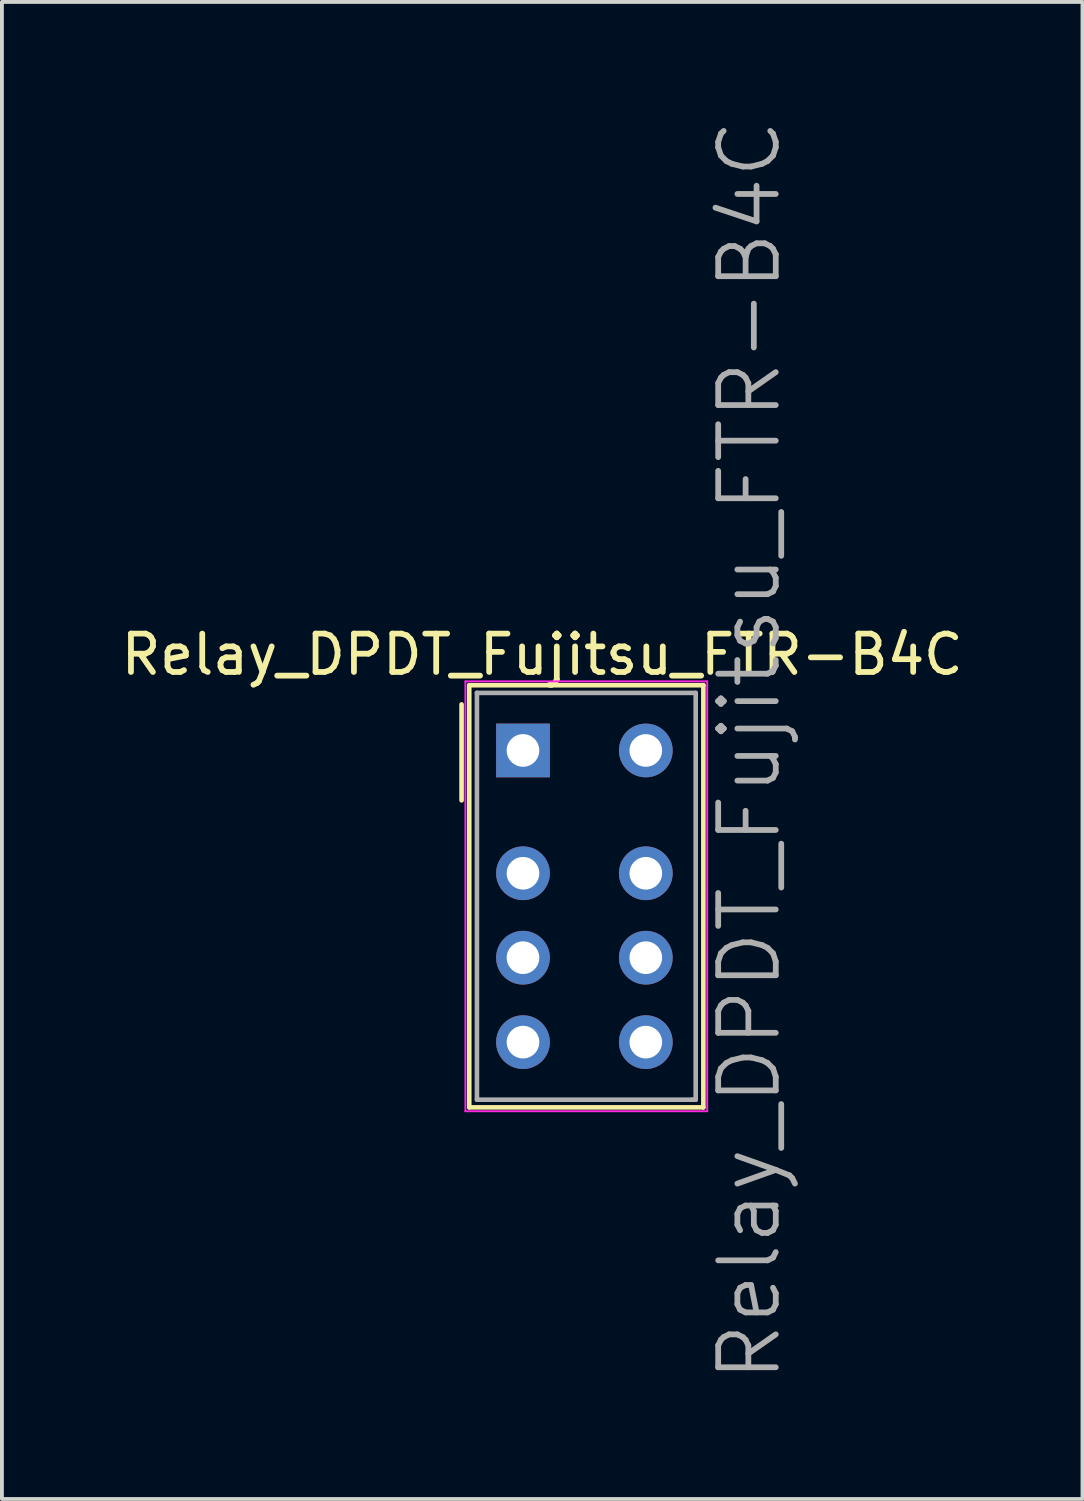
<source format=kicad_pcb>
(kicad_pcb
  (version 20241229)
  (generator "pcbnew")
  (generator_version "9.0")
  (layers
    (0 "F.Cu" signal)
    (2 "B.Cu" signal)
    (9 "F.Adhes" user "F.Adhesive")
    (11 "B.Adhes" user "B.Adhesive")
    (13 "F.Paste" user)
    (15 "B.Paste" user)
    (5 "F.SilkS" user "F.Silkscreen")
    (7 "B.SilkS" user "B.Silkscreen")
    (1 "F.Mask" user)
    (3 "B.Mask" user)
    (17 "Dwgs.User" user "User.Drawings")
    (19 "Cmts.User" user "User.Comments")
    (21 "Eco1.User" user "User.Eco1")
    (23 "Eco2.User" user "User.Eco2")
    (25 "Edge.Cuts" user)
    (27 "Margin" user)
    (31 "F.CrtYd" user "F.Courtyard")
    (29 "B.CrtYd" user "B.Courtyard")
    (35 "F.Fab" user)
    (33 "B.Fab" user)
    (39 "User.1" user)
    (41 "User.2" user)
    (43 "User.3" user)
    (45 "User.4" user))
  (footprint "Relay_DPDT_Fujitsu_FTR-B4C"
    (layer "F.Cu")
    (at 10.577 16.504)
    (property "Reference" "Relay_DPDT_Fujitsu_FTR-B4C" (at 0.5 -2.5 0) (layer "F.SilkS") (effects (font (size 1 1) (thickness 0.15))))
    (attr through_hole)
    (fp_line (start -1.6 -1.2) (end -1.6 1.3) (stroke (width 0.12) (type solid)) (layer "F.SilkS"))
    (fp_line (start -1.4 -1.7) (end -1.4 9.3) (stroke (width 0.12) (type solid)) (layer "F.SilkS"))
    (fp_line (start -1.4 9.3) (end 4.7 9.3) (stroke (width 0.12) (type solid)) (layer "F.SilkS"))
    (fp_line (start 4.7 -1.7) (end -1.4 -1.7) (stroke (width 0.12) (type solid)) (layer "F.SilkS"))
    (fp_line (start 4.7 9.3) (end 4.7 -1.7) (stroke (width 0.12) (type solid)) (layer "F.SilkS"))
    (fp_line (start -1.5 -1.8) (end -1.5 9.4) (stroke (width 0.05) (type solid)) (layer "F.CrtYd"))
    (fp_line (start -1.5 9.4) (end 4.8 9.4) (stroke (width 0.05) (type solid)) (layer "F.CrtYd"))
    (fp_line (start 4.8 -1.8) (end -1.5 -1.8) (stroke (width 0.05) (type solid)) (layer "F.CrtYd"))
    (fp_line (start 4.8 9.4) (end 4.8 -1.8) (stroke (width 0.05) (type solid)) (layer "F.CrtYd"))
    (fp_line (start -1.2 -1.5) (end 4.5 -1.5) (stroke (width 0.12) (type solid)) (layer "F.Fab"))
    (fp_line (start -1.2 9.1) (end -1.2 -1.5) (stroke (width 0.12) (type solid)) (layer "F.Fab"))
    (fp_line (start -1.2 9.1) (end 4.4 9.1) (stroke (width 0.12) (type solid)) (layer "F.Fab"))
    (fp_line (start 4.5 -1.5) (end 4.5 9.1) (stroke (width 0.12) (type solid)) (layer "F.Fab"))
    (fp_line (start 4.5 9.1) (end 4.4 9.1) (stroke (width 0.12) (type solid)) (layer "F.Fab"))
    (fp_text user "${REFERENCE}" (at 5.9 0 270) (layer "F.Fab") (effects (font (size 1.5 1.5) (thickness 0.15))))
    (pad "1" thru_hole rect (at 0 0 90) (size 1.4 1.4) (drill 0.85) (layers "*.Cu" "*.Mask"))
    (pad "2" thru_hole circle (at 0 3.2 90) (size 1.4 1.4) (drill 0.85) (layers "*.Cu" "*.Mask"))
    (pad "3" thru_hole circle (at 0 5.4 90) (size 1.4 1.4) (drill 0.85) (layers "*.Cu" "*.Mask"))
    (pad "4" thru_hole circle (at 0 7.6 90) (size 1.4 1.4) (drill 0.85) (layers "*.Cu" "*.Mask"))
    (pad "5" thru_hole circle (at 3.2 7.6 90) (size 1.4 1.4) (drill 0.85) (layers "*.Cu" "*.Mask"))
    (pad "6" thru_hole circle (at 3.2 5.4 90) (size 1.4 1.4) (drill 0.85) (layers "*.Cu" "*.Mask"))
    (pad "7" thru_hole circle (at 3.2 3.2 90) (size 1.4 1.4) (drill 0.85) (layers "*.Cu" "*.Mask"))
    (pad "8" thru_hole circle (at 3.2 0 90) (size 1.4 1.4) (drill 0.85) (layers "*.Cu" "*.Mask")))
  (gr_rect
    (start -3 -3)
    (end 25.155 36.007)
    (stroke (width 0.1) (type default))
    (fill no)
    (layer "Edge.Cuts")))
</source>
